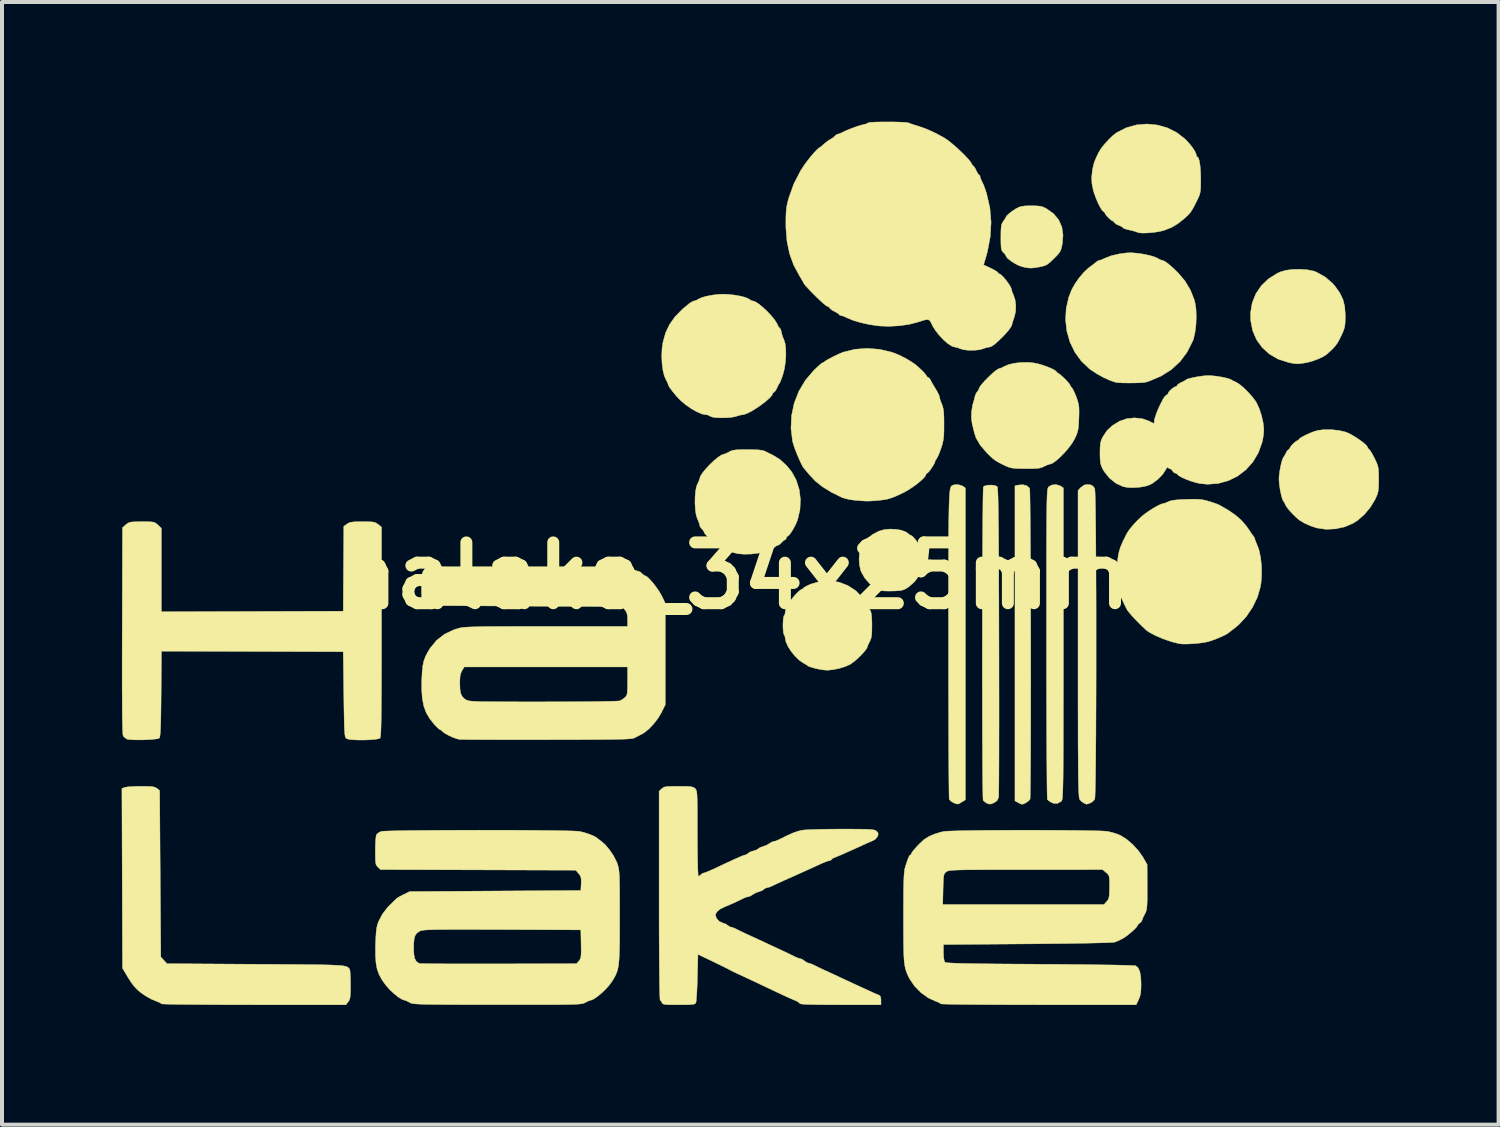
<source format=kicad_pcb>
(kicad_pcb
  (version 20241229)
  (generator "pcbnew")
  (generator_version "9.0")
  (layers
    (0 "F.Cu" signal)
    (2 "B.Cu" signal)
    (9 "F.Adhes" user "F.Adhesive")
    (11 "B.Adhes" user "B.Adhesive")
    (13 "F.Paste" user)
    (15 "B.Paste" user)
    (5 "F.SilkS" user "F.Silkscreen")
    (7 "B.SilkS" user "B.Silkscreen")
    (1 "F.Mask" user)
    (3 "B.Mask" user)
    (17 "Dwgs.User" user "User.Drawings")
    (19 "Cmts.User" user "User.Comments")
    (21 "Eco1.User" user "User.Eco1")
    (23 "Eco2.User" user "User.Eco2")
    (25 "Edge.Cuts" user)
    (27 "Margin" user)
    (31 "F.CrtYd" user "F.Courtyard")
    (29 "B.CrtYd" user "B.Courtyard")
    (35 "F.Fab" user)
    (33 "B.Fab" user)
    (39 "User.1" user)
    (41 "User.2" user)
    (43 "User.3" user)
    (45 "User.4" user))
  (footprint "halake_34x25mm"
    (layer "F.Cu")
    (at 15.387 11.378)
    (property "Reference" "halake_34x25mm" (at 0 0 0) (layer "F.SilkS") (effects (font (size 1.524 1.524) (thickness 0.3))))
    (attr through_hole)
    (fp_poly (pts (xy 7.296 -2.255) (xy 7.359 -2.201) (xy 7.368 -2.183) (xy 7.371 -2.147) (xy 7.374 -2.059) (xy 7.376 -1.922) (xy 7.379 -1.741) (xy 7.381 -1.519) (xy 7.383 -1.261) (xy 7.385 -0.971) (xy 7.387 -0.651) (xy 7.389 -0.307) (xy 7.39 0.057) (xy 7.392 0.438) (xy 7.393 0.832) (xy 7.393 1.234) (xy 7.394 1.641) (xy 7.394 2.048) (xy 7.395 2.453) (xy 7.395 2.849) (xy 7.394 3.235) (xy 7.394 3.606) (xy 7.393 3.957) (xy 7.392 4.285) (xy 7.391 4.585) (xy 7.389 4.855) (xy 7.387 5.089) (xy 7.385 5.284) (xy 7.383 5.436) (xy 7.381 5.541) (xy 7.378 5.595) (xy 7.377 5.601) (xy 7.341 5.643) (xy 7.277 5.689) (xy 7.21 5.721) (xy 7.177 5.728) (xy 7.138 5.715) (xy 7.077 5.685) (xy 7.077 5.685) (xy 6.999 5.643) (xy 6.999 -2.253) (xy 7.084 -2.272) (xy 7.2 -2.28) (xy 7.296 -2.255)) (stroke (width 0.01) (type solid)) (fill yes) (layer "F.SilkS"))
    (fp_poly (pts (xy 4.015 -1.163) (xy 4.154 -1.139) (xy 4.264 -1.097) (xy 4.306 -1.069) (xy 4.354 -1.03) (xy 4.382 -1.016) (xy 4.423 -0.994) (xy 4.48 -0.936) (xy 4.543 -0.856) (xy 4.6 -0.768) (xy 4.632 -0.706) (xy 4.657 -0.614) (xy 4.673 -0.489) (xy 4.679 -0.352) (xy 4.673 -0.226) (xy 4.66 -0.153) (xy 4.592 0.004) (xy 4.48 0.154) (xy 4.336 0.28) (xy 4.33 0.284) (xy 4.259 0.329) (xy 4.195 0.357) (xy 4.12 0.373) (xy 4.016 0.381) (xy 3.955 0.383) (xy 3.834 0.385) (xy 3.728 0.382) (xy 3.654 0.375) (xy 3.641 0.372) (xy 3.495 0.305) (xy 3.355 0.196) (xy 3.235 0.058) (xy 3.149 -0.094) (xy 3.131 -0.141) (xy 3.103 -0.269) (xy 3.093 -0.408) (xy 3.101 -0.538) (xy 3.127 -0.633) (xy 3.165 -0.714) (xy 3.191 -0.769) (xy 3.286 -0.91) (xy 3.423 -1.029) (xy 3.588 -1.116) (xy 3.718 -1.154) (xy 3.864 -1.169) (xy 4.015 -1.163)) (stroke (width 0.01) (type solid)) (fill yes) (layer "F.SilkS"))
    (fp_poly (pts (xy 14.324 -7.667) (xy 14.481 -7.636) (xy 14.549 -7.612) (xy 14.775 -7.486) (xy 14.963 -7.322) (xy 15.024 -7.251) (xy 15.141 -7.086) (xy 15.219 -6.923) (xy 15.263 -6.746) (xy 15.278 -6.538) (xy 15.278 -6.459) (xy 15.273 -6.326) (xy 15.259 -6.226) (xy 15.231 -6.137) (xy 15.187 -6.036) (xy 15.127 -5.915) (xy 15.077 -5.827) (xy 15.025 -5.755) (xy 14.96 -5.684) (xy 14.868 -5.598) (xy 14.817 -5.552) (xy 14.734 -5.496) (xy 14.614 -5.438) (xy 14.476 -5.386) (xy 14.339 -5.347) (xy 14.28 -5.336) (xy 14.168 -5.318) (xy 14.088 -5.311) (xy 14.019 -5.314) (xy 13.937 -5.327) (xy 13.843 -5.348) (xy 13.593 -5.429) (xy 13.376 -5.555) (xy 13.195 -5.719) (xy 13.053 -5.916) (xy 12.956 -6.142) (xy 12.907 -6.392) (xy 12.903 -6.587) (xy 12.944 -6.835) (xy 13.035 -7.064) (xy 13.173 -7.267) (xy 13.354 -7.441) (xy 13.574 -7.579) (xy 13.651 -7.614) (xy 13.788 -7.654) (xy 13.959 -7.676) (xy 14.144 -7.68) (xy 14.324 -7.667)) (stroke (width 0.01) (type solid)) (fill yes) (layer "F.SilkS"))
    (fp_poly (pts (xy 5.589 -2.28) (xy 5.673 -2.254) (xy 5.695 -2.242) (xy 5.757 -2.198) (xy 5.757 5.617) (xy 5.666 5.673) (xy 5.601 5.711) (xy 5.56 5.724) (xy 5.515 5.713) (xy 5.458 5.689) (xy 5.392 5.649) (xy 5.353 5.605) (xy 5.352 5.603) (xy 5.35 5.569) (xy 5.348 5.483) (xy 5.346 5.346) (xy 5.344 5.163) (xy 5.342 4.937) (xy 5.341 4.671) (xy 5.339 4.368) (xy 5.338 4.031) (xy 5.337 3.665) (xy 5.336 3.271) (xy 5.335 2.855) (xy 5.334 2.418) (xy 5.334 1.964) (xy 5.334 1.717) (xy 5.334 1.169) (xy 5.334 0.674) (xy 5.334 0.231) (xy 5.335 -0.165) (xy 5.336 -0.516) (xy 5.337 -0.824) (xy 5.338 -1.093) (xy 5.34 -1.325) (xy 5.343 -1.522) (xy 5.346 -1.689) (xy 5.35 -1.828) (xy 5.355 -1.941) (xy 5.36 -2.031) (xy 5.367 -2.101) (xy 5.374 -2.154) (xy 5.382 -2.193) (xy 5.392 -2.221) (xy 5.402 -2.24) (xy 5.414 -2.253) (xy 5.428 -2.263) (xy 5.43 -2.264) (xy 5.499 -2.284) (xy 5.589 -2.28)) (stroke (width 0.01) (type solid)) (fill yes) (layer "F.SilkS"))
    (fp_poly (pts (xy 7.539 -9.269) (xy 7.631 -9.26) (xy 7.703 -9.241) (xy 7.772 -9.209) (xy 7.787 -9.2) (xy 7.967 -9.072) (xy 8.096 -8.917) (xy 8.175 -8.737) (xy 8.204 -8.532) (xy 8.186 -8.321) (xy 8.166 -8.221) (xy 8.143 -8.149) (xy 8.106 -8.088) (xy 8.046 -8.019) (xy 7.973 -7.946) (xy 7.883 -7.86) (xy 7.814 -7.805) (xy 7.749 -7.772) (xy 7.671 -7.75) (xy 7.613 -7.738) (xy 7.493 -7.718) (xy 7.406 -7.71) (xy 7.329 -7.714) (xy 7.239 -7.73) (xy 7.177 -7.745) (xy 7.091 -7.776) (xy 6.995 -7.825) (xy 6.902 -7.885) (xy 6.826 -7.944) (xy 6.781 -7.995) (xy 6.773 -8.016) (xy 6.755 -8.051) (xy 6.71 -8.1) (xy 6.682 -8.13) (xy 6.664 -8.166) (xy 6.653 -8.22) (xy 6.648 -8.304) (xy 6.646 -8.428) (xy 6.646 -8.48) (xy 6.647 -8.623) (xy 6.652 -8.721) (xy 6.662 -8.789) (xy 6.679 -8.838) (xy 6.706 -8.881) (xy 6.71 -8.886) (xy 6.751 -8.945) (xy 6.772 -8.983) (xy 6.773 -8.986) (xy 6.795 -9.022) (xy 6.852 -9.076) (xy 6.93 -9.136) (xy 7.016 -9.192) (xy 7.029 -9.2) (xy 7.1 -9.236) (xy 7.169 -9.257) (xy 7.256 -9.268) (xy 7.377 -9.271) (xy 7.408 -9.271) (xy 7.539 -9.269)) (stroke (width 0.01) (type solid)) (fill yes) (layer "F.SilkS"))
    (fp_poly (pts (xy 8.902 -2.276) (xy 8.959 -2.241) (xy 8.999 -2.182) (xy 9.003 -2.145) (xy 9.008 -2.056) (xy 9.012 -1.918) (xy 9.016 -1.736) (xy 9.019 -1.513) (xy 9.022 -1.254) (xy 9.025 -0.962) (xy 9.027 -0.642) (xy 9.029 -0.297) (xy 9.03 0.068) (xy 9.032 0.45) (xy 9.033 0.844) (xy 9.033 1.247) (xy 9.033 1.654) (xy 9.033 2.062) (xy 9.033 2.466) (xy 9.032 2.863) (xy 9.031 3.248) (xy 9.029 3.618) (xy 9.028 3.969) (xy 9.025 4.296) (xy 9.023 4.596) (xy 9.02 4.864) (xy 9.017 5.097) (xy 9.013 5.291) (xy 9.009 5.441) (xy 9.005 5.544) (xy 9 5.595) (xy 8.999 5.599) (xy 8.95 5.659) (xy 8.882 5.699) (xy 8.823 5.719) (xy 8.794 5.727) (xy 8.794 5.727) (xy 8.769 5.717) (xy 8.731 5.701) (xy 8.668 5.659) (xy 8.625 5.612) (xy 8.618 5.599) (xy 8.613 5.578) (xy 8.607 5.545) (xy 8.603 5.499) (xy 8.599 5.436) (xy 8.595 5.354) (xy 8.592 5.249) (xy 8.589 5.119) (xy 8.587 4.961) (xy 8.585 4.772) (xy 8.584 4.55) (xy 8.582 4.292) (xy 8.581 3.994) (xy 8.581 3.655) (xy 8.58 3.271) (xy 8.58 2.839) (xy 8.58 2.357) (xy 8.58 1.822) (xy 8.58 1.705) (xy 8.58 -2.137) (xy 8.649 -2.211) (xy 8.734 -2.272) (xy 8.811 -2.286) (xy 8.902 -2.276)) (stroke (width 0.01) (type solid)) (fill yes) (layer "F.SilkS"))
    (fp_poly (pts (xy 10.086 -8.079) (xy 10.245 -8.055) (xy 10.394 -8.021) (xy 10.516 -7.982) (xy 10.573 -7.955) (xy 10.64 -7.92) (xy 10.691 -7.903) (xy 10.695 -7.902) (xy 10.753 -7.88) (xy 10.846 -7.813) (xy 10.972 -7.702) (xy 11.088 -7.59) (xy 11.26 -7.387) (xy 11.398 -7.156) (xy 11.493 -6.914) (xy 11.515 -6.828) (xy 11.537 -6.669) (xy 11.543 -6.483) (xy 11.535 -6.288) (xy 11.512 -6.103) (xy 11.477 -5.946) (xy 11.456 -5.884) (xy 11.314 -5.604) (xy 11.136 -5.365) (xy 10.919 -5.166) (xy 10.661 -5.003) (xy 10.361 -4.876) (xy 10.287 -4.852) (xy 10.226 -4.842) (xy 10.124 -4.835) (xy 9.996 -4.831) (xy 9.857 -4.83) (xy 9.724 -4.831) (xy 9.612 -4.836) (xy 9.535 -4.844) (xy 9.525 -4.846) (xy 9.385 -4.893) (xy 9.222 -4.967) (xy 9.055 -5.058) (xy 8.903 -5.158) (xy 8.866 -5.185) (xy 8.663 -5.378) (xy 8.499 -5.604) (xy 8.378 -5.856) (xy 8.3 -6.127) (xy 8.268 -6.409) (xy 8.283 -6.694) (xy 8.346 -6.976) (xy 8.419 -7.163) (xy 8.502 -7.313) (xy 8.609 -7.465) (xy 8.726 -7.603) (xy 8.841 -7.711) (xy 8.868 -7.732) (xy 8.947 -7.789) (xy 9.012 -7.84) (xy 9.033 -7.859) (xy 9.084 -7.894) (xy 9.113 -7.902) (xy 9.158 -7.914) (xy 9.229 -7.945) (xy 9.251 -7.956) (xy 9.409 -8.018) (xy 9.611 -8.065) (xy 9.808 -8.091) (xy 9.934 -8.093) (xy 10.086 -8.079)) (stroke (width 0.01) (type solid)) (fill yes) (layer "F.SilkS"))
    (fp_poly (pts (xy 8.126 -2.256) (xy 8.15 -2.242) (xy 8.213 -2.198) (xy 8.213 1.705) (xy 8.213 2.253) (xy 8.213 2.748) (xy 8.212 3.191) (xy 8.212 3.587) (xy 8.211 3.938) (xy 8.211 4.246) (xy 8.21 4.514) (xy 8.208 4.745) (xy 8.207 4.942) (xy 8.205 5.108) (xy 8.202 5.245) (xy 8.199 5.357) (xy 8.196 5.445) (xy 8.192 5.514) (xy 8.188 5.564) (xy 8.183 5.601) (xy 8.177 5.625) (xy 8.171 5.641) (xy 8.165 5.65) (xy 8.163 5.651) (xy 8.069 5.706) (xy 7.97 5.706) (xy 7.917 5.685) (xy 7.853 5.645) (xy 7.812 5.609) (xy 7.812 5.608) (xy 7.809 5.576) (xy 7.807 5.491) (xy 7.804 5.356) (xy 7.802 5.174) (xy 7.8 4.95) (xy 7.798 4.684) (xy 7.796 4.383) (xy 7.794 4.047) (xy 7.793 3.681) (xy 7.792 3.288) (xy 7.791 2.872) (xy 7.79 2.434) (xy 7.79 1.98) (xy 7.79 1.7) (xy 7.79 1.155) (xy 7.79 0.664) (xy 7.79 0.223) (xy 7.79 -0.169) (xy 7.79 -0.517) (xy 7.791 -0.822) (xy 7.792 -1.087) (xy 7.793 -1.316) (xy 7.795 -1.511) (xy 7.797 -1.675) (xy 7.799 -1.811) (xy 7.802 -1.921) (xy 7.805 -2.009) (xy 7.809 -2.077) (xy 7.813 -2.128) (xy 7.818 -2.165) (xy 7.824 -2.191) (xy 7.83 -2.208) (xy 7.837 -2.22) (xy 7.845 -2.229) (xy 7.846 -2.23) (xy 7.926 -2.274) (xy 8.028 -2.284) (xy 8.126 -2.256)) (stroke (width 0.01) (type solid)) (fill yes) (layer "F.SilkS"))
    (fp_poly (pts (xy -14.755 5.279) (xy -14.653 5.283) (xy -14.584 5.293) (xy -14.537 5.309) (xy -14.502 5.331) (xy -14.436 5.385) (xy -14.422 7.47) (xy -14.407 9.555) (xy -14.33 9.639) (xy -14.252 9.723) (xy -12.027 9.737) (xy -11.616 9.739) (xy -11.258 9.742) (xy -10.949 9.744) (xy -10.685 9.747) (xy -10.462 9.749) (xy -10.277 9.753) (xy -10.126 9.757) (xy -10.005 9.763) (xy -9.911 9.769) (xy -9.839 9.777) (xy -9.786 9.787) (xy -9.748 9.798) (xy -9.722 9.811) (xy -9.703 9.827) (xy -9.687 9.845) (xy -9.674 9.864) (xy -9.666 9.901) (xy -9.659 9.984) (xy -9.654 10.099) (xy -9.652 10.235) (xy -9.652 10.248) (xy -9.653 10.399) (xy -9.657 10.505) (xy -9.665 10.577) (xy -9.679 10.626) (xy -9.7 10.665) (xy -9.71 10.678) (xy -9.769 10.753) (xy -12.081 10.753) (xy -12.437 10.752) (xy -12.776 10.752) (xy -13.094 10.75) (xy -13.387 10.748) (xy -13.651 10.746) (xy -13.882 10.744) (xy -14.075 10.741) (xy -14.226 10.738) (xy -14.331 10.734) (xy -14.386 10.731) (xy -14.393 10.729) (xy -14.418 10.707) (xy -14.479 10.679) (xy -14.513 10.667) (xy -14.644 10.612) (xy -14.788 10.531) (xy -14.923 10.437) (xy -15.003 10.367) (xy -15.072 10.293) (xy -15.14 10.205) (xy -15.215 10.091) (xy -15.282 9.979) (xy -15.367 9.835) (xy -15.382 5.333) (xy -15.309 5.305) (xy -15.253 5.294) (xy -15.154 5.285) (xy -15.028 5.279) (xy -14.903 5.278) (xy -14.755 5.279)) (stroke (width 0.01) (type solid)) (fill yes) (layer "F.SilkS"))
    (fp_poly (pts (xy 6.504 -2.259) (xy 6.553 -2.235) (xy 6.559 -2.221) (xy 6.563 -2.187) (xy 6.568 -2.13) (xy 6.572 -2.05) (xy 6.576 -1.942) (xy 6.579 -1.805) (xy 6.582 -1.636) (xy 6.584 -1.433) (xy 6.587 -1.192) (xy 6.589 -0.912) (xy 6.591 -0.591) (xy 6.593 -0.224) (xy 6.594 0.189) (xy 6.596 0.652) (xy 6.597 1.166) (xy 6.598 1.631) (xy 6.599 2.093) (xy 6.599 2.54) (xy 6.6 2.97) (xy 6.6 3.378) (xy 6.6 3.761) (xy 6.599 4.116) (xy 6.599 4.44) (xy 6.598 4.73) (xy 6.597 4.981) (xy 6.596 5.191) (xy 6.594 5.356) (xy 6.593 5.473) (xy 6.591 5.539) (xy 6.59 5.551) (xy 6.554 5.634) (xy 6.486 5.685) (xy 6.406 5.719) (xy 6.348 5.723) (xy 6.287 5.697) (xy 6.279 5.692) (xy 6.226 5.654) (xy 6.202 5.63) (xy 6.199 5.598) (xy 6.196 5.514) (xy 6.194 5.381) (xy 6.191 5.203) (xy 6.189 4.984) (xy 6.187 4.729) (xy 6.186 4.441) (xy 6.184 4.124) (xy 6.183 3.782) (xy 6.182 3.419) (xy 6.182 3.039) (xy 6.181 2.646) (xy 6.181 2.244) (xy 6.181 1.837) (xy 6.182 1.428) (xy 6.182 1.022) (xy 6.183 0.622) (xy 6.184 0.233) (xy 6.185 -0.142) (xy 6.187 -0.498) (xy 6.189 -0.832) (xy 6.191 -1.14) (xy 6.193 -1.417) (xy 6.195 -1.661) (xy 6.197 -1.866) (xy 6.2 -2.029) (xy 6.203 -2.147) (xy 6.206 -2.214) (xy 6.208 -2.23) (xy 6.253 -2.256) (xy 6.331 -2.27) (xy 6.422 -2.271) (xy 6.504 -2.259)) (stroke (width 0.01) (type solid)) (fill yes) (layer "F.SilkS"))
    (fp_poly (pts (xy 2.59 0.162) (xy 2.811 0.246) (xy 3.01 0.376) (xy 3.176 0.546) (xy 3.243 0.637) (xy 3.299 0.724) (xy 3.328 0.776) (xy 3.362 0.852) (xy 3.39 0.91) (xy 3.4 0.958) (xy 3.409 1.047) (xy 3.414 1.165) (xy 3.415 1.255) (xy 3.413 1.399) (xy 3.406 1.501) (xy 3.391 1.574) (xy 3.368 1.634) (xy 3.358 1.651) (xy 3.323 1.721) (xy 3.303 1.771) (xy 3.302 1.779) (xy 3.282 1.826) (xy 3.227 1.898) (xy 3.15 1.984) (xy 3.059 2.072) (xy 2.966 2.152) (xy 2.881 2.214) (xy 2.872 2.22) (xy 2.757 2.273) (xy 2.609 2.319) (xy 2.453 2.353) (xy 2.312 2.368) (xy 2.284 2.368) (xy 2.185 2.359) (xy 2.065 2.338) (xy 1.99 2.321) (xy 1.899 2.295) (xy 1.832 2.272) (xy 1.806 2.257) (xy 1.774 2.233) (xy 1.712 2.196) (xy 1.695 2.188) (xy 1.591 2.116) (xy 1.486 2.013) (xy 1.388 1.893) (xy 1.309 1.767) (xy 1.257 1.65) (xy 1.242 1.569) (xy 1.231 1.509) (xy 1.214 1.482) (xy 1.2 1.447) (xy 1.19 1.371) (xy 1.186 1.268) (xy 1.185 1.242) (xy 1.189 1.135) (xy 1.198 1.051) (xy 1.21 1.005) (xy 1.214 1.002) (xy 1.235 0.963) (xy 1.242 0.911) (xy 1.256 0.843) (xy 1.292 0.756) (xy 1.315 0.713) (xy 1.372 0.628) (xy 1.444 0.537) (xy 1.52 0.451) (xy 1.59 0.383) (xy 1.644 0.344) (xy 1.66 0.339) (xy 1.691 0.322) (xy 1.693 0.313) (xy 1.718 0.291) (xy 1.781 0.256) (xy 1.871 0.215) (xy 1.884 0.21) (xy 2.118 0.142) (xy 2.357 0.127) (xy 2.59 0.162)) (stroke (width 0.01) (type solid)) (fill yes) (layer "F.SilkS"))
    (fp_poly (pts (xy 14.933 -3.66) (xy 15.124 -3.639) (xy 15.288 -3.6) (xy 15.368 -3.567) (xy 15.467 -3.513) (xy 15.573 -3.447) (xy 15.674 -3.377) (xy 15.758 -3.311) (xy 15.815 -3.257) (xy 15.832 -3.226) (xy 15.854 -3.183) (xy 15.872 -3.169) (xy 15.902 -3.135) (xy 15.947 -3.062) (xy 15.999 -2.966) (xy 16.013 -2.938) (xy 16.058 -2.843) (xy 16.087 -2.768) (xy 16.104 -2.695) (xy 16.112 -2.609) (xy 16.115 -2.491) (xy 16.115 -2.413) (xy 16.114 -2.272) (xy 16.109 -2.172) (xy 16.097 -2.094) (xy 16.075 -2.023) (xy 16.039 -1.943) (xy 16.019 -1.9) (xy 15.904 -1.712) (xy 15.756 -1.535) (xy 15.588 -1.388) (xy 15.479 -1.317) (xy 15.266 -1.225) (xy 15.03 -1.174) (xy 14.791 -1.163) (xy 14.565 -1.197) (xy 14.555 -1.199) (xy 14.401 -1.251) (xy 14.254 -1.317) (xy 14.135 -1.388) (xy 14.116 -1.402) (xy 14.038 -1.47) (xy 13.954 -1.552) (xy 13.876 -1.638) (xy 13.814 -1.716) (xy 13.778 -1.773) (xy 13.772 -1.79) (xy 13.755 -1.829) (xy 13.728 -1.865) (xy 13.704 -1.913) (xy 13.678 -2.002) (xy 13.652 -2.116) (xy 13.643 -2.171) (xy 13.623 -2.306) (xy 13.616 -2.411) (xy 13.62 -2.511) (xy 13.637 -2.629) (xy 13.644 -2.672) (xy 13.667 -2.787) (xy 13.693 -2.885) (xy 13.717 -2.949) (xy 13.724 -2.96) (xy 13.763 -3.02) (xy 13.795 -3.083) (xy 13.827 -3.138) (xy 13.857 -3.161) (xy 13.884 -3.183) (xy 13.885 -3.191) (xy 13.905 -3.231) (xy 13.953 -3.288) (xy 14.011 -3.343) (xy 14.062 -3.38) (xy 14.081 -3.387) (xy 14.11 -3.404) (xy 14.111 -3.411) (xy 14.135 -3.44) (xy 14.2 -3.481) (xy 14.291 -3.528) (xy 14.395 -3.575) (xy 14.499 -3.615) (xy 14.587 -3.641) (xy 14.746 -3.661) (xy 14.933 -3.66)) (stroke (width 0.01) (type solid)) (fill yes) (layer "F.SilkS"))
    (fp_poly (pts (xy 10.567 -11.295) (xy 10.819 -11.224) (xy 11.054 -11.106) (xy 11.262 -10.945) (xy 11.271 -10.935) (xy 11.366 -10.834) (xy 11.449 -10.73) (xy 11.51 -10.635) (xy 11.541 -10.563) (xy 11.543 -10.547) (xy 11.554 -10.506) (xy 11.567 -10.499) (xy 11.596 -10.472) (xy 11.62 -10.395) (xy 11.639 -10.276) (xy 11.651 -10.122) (xy 11.656 -9.939) (xy 11.656 -9.939) (xy 11.655 -9.791) (xy 11.651 -9.686) (xy 11.641 -9.607) (xy 11.623 -9.54) (xy 11.594 -9.47) (xy 11.57 -9.42) (xy 11.503 -9.284) (xy 11.45 -9.187) (xy 11.403 -9.114) (xy 11.352 -9.053) (xy 11.288 -8.992) (xy 11.238 -8.947) (xy 11.075 -8.818) (xy 10.919 -8.726) (xy 10.746 -8.659) (xy 10.696 -8.644) (xy 10.588 -8.62) (xy 10.461 -8.602) (xy 10.33 -8.591) (xy 10.212 -8.587) (xy 10.12 -8.592) (xy 10.075 -8.604) (xy 10.025 -8.624) (xy 9.941 -8.647) (xy 9.871 -8.663) (xy 9.784 -8.685) (xy 9.725 -8.706) (xy 9.708 -8.72) (xy 9.684 -8.744) (xy 9.625 -8.772) (xy 9.608 -8.778) (xy 9.538 -8.809) (xy 9.495 -8.845) (xy 9.492 -8.851) (xy 9.463 -8.886) (xy 9.449 -8.89) (xy 9.412 -8.909) (xy 9.357 -8.956) (xy 9.302 -9.013) (xy 9.264 -9.063) (xy 9.257 -9.082) (xy 9.234 -9.116) (xy 9.217 -9.125) (xy 9.181 -9.161) (xy 9.134 -9.237) (xy 9.081 -9.341) (xy 9.03 -9.461) (xy 8.986 -9.582) (xy 8.961 -9.665) (xy 8.928 -9.83) (xy 8.921 -9.982) (xy 8.939 -10.148) (xy 8.946 -10.191) (xy 8.964 -10.277) (xy 8.983 -10.349) (xy 9.012 -10.424) (xy 9.055 -10.52) (xy 9.098 -10.61) (xy 9.157 -10.705) (xy 9.246 -10.818) (xy 9.352 -10.933) (xy 9.46 -11.036) (xy 9.553 -11.107) (xy 9.79 -11.227) (xy 10.043 -11.298) (xy 10.305 -11.32) (xy 10.567 -11.295)) (stroke (width 0.01) (type solid)) (fill yes) (layer "F.SilkS"))
    (fp_poly (pts (xy 0.453 -3.159) (xy 0.568 -3.154) (xy 0.651 -3.144) (xy 0.714 -3.128) (xy 0.758 -3.108) (xy 0.844 -3.064) (xy 0.922 -3.027) (xy 0.931 -3.022) (xy 1.108 -2.914) (xy 1.277 -2.759) (xy 1.4 -2.609) (xy 1.516 -2.4) (xy 1.591 -2.164) (xy 1.623 -1.912) (xy 1.611 -1.657) (xy 1.554 -1.411) (xy 1.544 -1.383) (xy 1.501 -1.28) (xy 1.446 -1.177) (xy 1.39 -1.085) (xy 1.338 -1.018) (xy 1.301 -0.988) (xy 1.297 -0.988) (xy 1.273 -0.965) (xy 1.27 -0.945) (xy 1.255 -0.908) (xy 1.242 -0.903) (xy 1.205 -0.884) (xy 1.155 -0.836) (xy 1.152 -0.833) (xy 1.101 -0.784) (xy 1.06 -0.762) (xy 1.059 -0.762) (xy 1.015 -0.745) (xy 0.972 -0.713) (xy 0.872 -0.651) (xy 0.732 -0.601) (xy 0.564 -0.565) (xy 0.385 -0.543) (xy 0.208 -0.539) (xy 0.047 -0.553) (xy -0.082 -0.587) (xy -0.099 -0.594) (xy -0.175 -0.627) (xy -0.233 -0.646) (xy -0.246 -0.648) (xy -0.297 -0.667) (xy -0.375 -0.714) (xy -0.47 -0.781) (xy -0.568 -0.858) (xy -0.661 -0.938) (xy -0.735 -1.01) (xy -0.781 -1.066) (xy -0.79 -1.089) (xy -0.809 -1.13) (xy -0.847 -1.171) (xy -0.89 -1.226) (xy -0.904 -1.267) (xy -0.916 -1.32) (xy -0.946 -1.396) (xy -0.96 -1.425) (xy -0.991 -1.525) (xy -1.011 -1.662) (xy -1.02 -1.818) (xy -1.017 -1.979) (xy -1.004 -2.126) (xy -0.979 -2.244) (xy -0.96 -2.293) (xy -0.924 -2.367) (xy -0.905 -2.422) (xy -0.903 -2.433) (xy -0.882 -2.496) (xy -0.825 -2.584) (xy -0.743 -2.684) (xy -0.644 -2.789) (xy -0.54 -2.888) (xy -0.439 -2.97) (xy -0.352 -3.027) (xy -0.288 -3.048) (xy -0.244 -3.062) (xy -0.178 -3.096) (xy -0.163 -3.104) (xy -0.117 -3.128) (xy -0.062 -3.144) (xy 0.011 -3.154) (xy 0.116 -3.159) (xy 0.264 -3.161) (xy 0.292 -3.161) (xy 0.453 -3.159)) (stroke (width 0.01) (type solid)) (fill yes) (layer "F.SilkS"))
    (fp_poly (pts (xy 7.468 -5.333) (xy 7.577 -5.311) (xy 7.697 -5.276) (xy 7.815 -5.234) (xy 7.92 -5.19) (xy 7.999 -5.148) (xy 8.04 -5.114) (xy 8.043 -5.105) (xy 8.065 -5.081) (xy 8.073 -5.08) (xy 8.107 -5.061) (xy 8.165 -5.012) (xy 8.235 -4.947) (xy 8.303 -4.877) (xy 8.356 -4.817) (xy 8.381 -4.778) (xy 8.382 -4.774) (xy 8.401 -4.736) (xy 8.422 -4.715) (xy 8.45 -4.674) (xy 8.489 -4.594) (xy 8.531 -4.493) (xy 8.538 -4.474) (xy 8.572 -4.376) (xy 8.593 -4.294) (xy 8.604 -4.211) (xy 8.606 -4.109) (xy 8.603 -3.971) (xy 8.602 -3.946) (xy 8.595 -3.8) (xy 8.586 -3.694) (xy 8.569 -3.611) (xy 8.542 -3.533) (xy 8.502 -3.444) (xy 8.497 -3.433) (xy 8.434 -3.325) (xy 8.347 -3.207) (xy 8.246 -3.089) (xy 8.14 -2.979) (xy 8.037 -2.888) (xy 7.947 -2.823) (xy 7.878 -2.795) (xy 7.869 -2.794) (xy 7.822 -2.781) (xy 7.749 -2.75) (xy 7.726 -2.738) (xy 7.673 -2.713) (xy 7.614 -2.697) (xy 7.536 -2.688) (xy 7.428 -2.684) (xy 7.276 -2.683) (xy 7.26 -2.684) (xy 7.108 -2.685) (xy 6.999 -2.69) (xy 6.917 -2.7) (xy 6.851 -2.717) (xy 6.784 -2.743) (xy 6.731 -2.768) (xy 6.613 -2.827) (xy 6.527 -2.876) (xy 6.457 -2.926) (xy 6.383 -2.993) (xy 6.29 -3.085) (xy 6.13 -3.271) (xy 6.024 -3.453) (xy 5.981 -3.584) (xy 5.959 -3.676) (xy 5.933 -3.783) (xy 5.926 -3.81) (xy 5.907 -3.953) (xy 5.912 -4.119) (xy 5.939 -4.281) (xy 5.952 -4.324) (xy 5.978 -4.414) (xy 5.996 -4.492) (xy 6.023 -4.566) (xy 6.054 -4.61) (xy 6.088 -4.658) (xy 6.096 -4.683) (xy 6.116 -4.729) (xy 6.17 -4.801) (xy 6.247 -4.888) (xy 6.337 -4.979) (xy 6.429 -5.066) (xy 6.513 -5.137) (xy 6.58 -5.182) (xy 6.611 -5.193) (xy 6.658 -5.207) (xy 6.724 -5.24) (xy 6.731 -5.245) (xy 6.846 -5.293) (xy 6.998 -5.327) (xy 7.172 -5.345) (xy 7.35 -5.345) (xy 7.468 -5.333)) (stroke (width 0.01) (type solid)) (fill yes) (layer "F.SilkS"))
    (fp_poly (pts (xy 11.579 -1.916) (xy 11.675 -1.908) (xy 11.764 -1.891) (xy 11.86 -1.864) (xy 11.861 -1.864) (xy 11.968 -1.83) (xy 12.059 -1.798) (xy 12.115 -1.775) (xy 12.118 -1.773) (xy 12.346 -1.642) (xy 12.529 -1.516) (xy 12.675 -1.387) (xy 12.795 -1.249) (xy 12.859 -1.157) (xy 12.912 -1.078) (xy 12.957 -1.014) (xy 12.975 -0.993) (xy 13.006 -0.944) (xy 13.011 -0.922) (xy 13.023 -0.876) (xy 13.053 -0.809) (xy 13.055 -0.804) (xy 13.113 -0.653) (xy 13.154 -0.463) (xy 13.178 -0.249) (xy 13.182 -0.027) (xy 13.165 0.189) (xy 13.149 0.284) (xy 13.075 0.539) (xy 12.954 0.791) (xy 12.796 1.025) (xy 12.61 1.225) (xy 12.521 1.3) (xy 12.44 1.362) (xy 12.374 1.413) (xy 12.342 1.439) (xy 12.283 1.475) (xy 12.187 1.522) (xy 12.07 1.572) (xy 11.949 1.618) (xy 11.853 1.649) (xy 11.751 1.672) (xy 11.615 1.69) (xy 11.465 1.704) (xy 11.319 1.712) (xy 11.195 1.711) (xy 11.12 1.704) (xy 10.921 1.654) (xy 10.709 1.581) (xy 10.508 1.494) (xy 10.343 1.404) (xy 10.287 1.36) (xy 10.205 1.285) (xy 10.11 1.192) (xy 10.012 1.092) (xy 9.923 0.995) (xy 9.853 0.913) (xy 9.813 0.859) (xy 9.812 0.857) (xy 9.769 0.775) (xy 9.735 0.706) (xy 9.702 0.634) (xy 9.661 0.545) (xy 9.651 0.522) (xy 9.608 0.392) (xy 9.577 0.223) (xy 9.559 0.03) (xy 9.555 -0.172) (xy 9.568 -0.366) (xy 9.569 -0.374) (xy 9.588 -0.506) (xy 9.613 -0.62) (xy 9.649 -0.731) (xy 9.702 -0.854) (xy 9.777 -1.006) (xy 9.81 -1.069) (xy 9.869 -1.158) (xy 9.958 -1.266) (xy 10.064 -1.38) (xy 10.174 -1.484) (xy 10.254 -1.55) (xy 10.365 -1.627) (xy 10.479 -1.699) (xy 10.583 -1.757) (xy 10.665 -1.795) (xy 10.707 -1.806) (xy 10.755 -1.818) (xy 10.826 -1.848) (xy 10.84 -1.855) (xy 10.905 -1.878) (xy 10.999 -1.895) (xy 11.13 -1.907) (xy 11.297 -1.914) (xy 11.458 -1.918) (xy 11.579 -1.916)) (stroke (width 0.01) (type solid)) (fill yes) (layer "F.SilkS"))
    (fp_poly (pts (xy -0.172 -7.049) (xy -0.025 -7.033) (xy 0.114 -7.008) (xy 0.231 -6.978) (xy 0.313 -6.946) (xy 0.335 -6.932) (xy 0.393 -6.896) (xy 0.43 -6.886) (xy 0.493 -6.865) (xy 0.581 -6.809) (xy 0.682 -6.726) (xy 0.788 -6.626) (xy 0.888 -6.52) (xy 0.973 -6.416) (xy 1.033 -6.323) (xy 1.05 -6.287) (xy 1.077 -6.231) (xy 1.102 -6.209) (xy 1.122 -6.184) (xy 1.142 -6.123) (xy 1.145 -6.103) (xy 1.171 -6.006) (xy 1.208 -5.916) (xy 1.209 -5.913) (xy 1.24 -5.816) (xy 1.256 -5.68) (xy 1.258 -5.52) (xy 1.246 -5.35) (xy 1.221 -5.185) (xy 1.187 -5.052) (xy 1.153 -4.95) (xy 1.122 -4.871) (xy 1.102 -4.829) (xy 1.099 -4.826) (xy 1.076 -4.793) (xy 1.044 -4.728) (xy 1.035 -4.706) (xy 1 -4.64) (xy 0.969 -4.603) (xy 0.961 -4.6) (xy 0.933 -4.579) (xy 0.931 -4.57) (xy 0.908 -4.519) (xy 0.845 -4.45) (xy 0.753 -4.368) (xy 0.641 -4.283) (xy 0.521 -4.2) (xy 0.401 -4.126) (xy 0.294 -4.071) (xy 0.208 -4.039) (xy 0.177 -4.035) (xy 0.12 -4.026) (xy 0.038 -4.003) (xy 0.014 -3.994) (xy -0.078 -3.974) (xy -0.205 -3.961) (xy -0.346 -3.956) (xy -0.481 -3.961) (xy -0.564 -3.971) (xy -0.629 -3.991) (xy -0.662 -4.01) (xy -0.709 -4.031) (xy -0.754 -4.036) (xy -0.851 -4.055) (xy -0.974 -4.108) (xy -1.111 -4.186) (xy -1.248 -4.281) (xy -1.375 -4.387) (xy -1.468 -4.482) (xy -1.579 -4.616) (xy -1.652 -4.713) (xy -1.688 -4.776) (xy -1.693 -4.796) (xy -1.708 -4.841) (xy -1.741 -4.9) (xy -1.788 -5.007) (xy -1.824 -5.154) (xy -1.846 -5.328) (xy -1.853 -5.515) (xy -1.845 -5.699) (xy -1.823 -5.848) (xy -1.757 -6.085) (xy -1.658 -6.295) (xy -1.521 -6.489) (xy -1.339 -6.675) (xy -1.161 -6.823) (xy -1.096 -6.865) (xy -1.044 -6.886) (xy -1.039 -6.886) (xy -0.988 -6.901) (xy -0.936 -6.931) (xy -0.856 -6.969) (xy -0.737 -7.003) (xy -0.593 -7.031) (xy -0.442 -7.05) (xy -0.31 -7.056) (xy -0.172 -7.049)) (stroke (width 0.01) (type solid)) (fill yes) (layer "F.SilkS"))
    (fp_poly (pts (xy -9.213 -1.353) (xy -9.119 -1.349) (xy -9.055 -1.339) (xy -9.009 -1.32) (xy -8.967 -1.291) (xy -8.961 -1.287) (xy -8.876 -1.219) (xy -8.876 1.407) (xy -8.876 1.866) (xy -8.876 2.272) (xy -8.877 2.628) (xy -8.878 2.936) (xy -8.88 3.199) (xy -8.882 3.422) (xy -8.884 3.605) (xy -8.887 3.754) (xy -8.891 3.87) (xy -8.895 3.956) (xy -8.9 4.016) (xy -8.906 4.053) (xy -8.912 4.07) (xy -8.912 4.07) (xy -8.959 4.088) (xy -9.048 4.103) (xy -9.167 4.112) (xy -9.303 4.118) (xy -9.441 4.118) (xy -9.569 4.113) (xy -9.673 4.104) (xy -9.739 4.088) (xy -9.751 4.082) (xy -9.765 4.069) (xy -9.777 4.051) (xy -9.787 4.021) (xy -9.795 3.975) (xy -9.801 3.907) (xy -9.806 3.81) (xy -9.81 3.681) (xy -9.813 3.513) (xy -9.817 3.301) (xy -9.82 3.039) (xy -9.821 2.973) (xy -9.835 1.905) (xy -12.113 1.898) (xy -14.391 1.891) (xy -14.399 2.962) (xy -14.402 3.251) (xy -14.405 3.488) (xy -14.409 3.678) (xy -14.414 3.825) (xy -14.42 3.933) (xy -14.427 4.007) (xy -14.435 4.052) (xy -14.444 4.07) (xy -14.486 4.085) (xy -14.572 4.097) (xy -14.687 4.107) (xy -14.819 4.113) (xy -14.955 4.115) (xy -15.081 4.113) (xy -15.184 4.107) (xy -15.252 4.096) (xy -15.259 4.093) (xy -15.322 4.048) (xy -15.351 4.01) (xy -15.357 3.978) (xy -15.362 3.902) (xy -15.366 3.783) (xy -15.37 3.617) (xy -15.373 3.404) (xy -15.374 3.143) (xy -15.376 2.831) (xy -15.376 2.468) (xy -15.376 2.052) (xy -15.375 1.582) (xy -15.374 1.375) (xy -15.367 -1.204) (xy -15.282 -1.279) (xy -15.242 -1.311) (xy -15.201 -1.332) (xy -15.148 -1.345) (xy -15.069 -1.351) (xy -14.951 -1.353) (xy -14.883 -1.354) (xy -14.746 -1.354) (xy -14.652 -1.35) (xy -14.59 -1.342) (xy -14.546 -1.325) (xy -14.508 -1.298) (xy -14.481 -1.273) (xy -14.393 -1.191) (xy -14.393 0.903) (xy -12.114 0.896) (xy -9.835 0.889) (xy -9.828 -0.175) (xy -9.821 -1.238) (xy -9.739 -1.297) (xy -9.695 -1.323) (xy -9.642 -1.34) (xy -9.568 -1.35) (xy -9.46 -1.354) (xy -9.351 -1.355) (xy -9.213 -1.353)) (stroke (width 0.01) (type solid)) (fill yes) (layer "F.SilkS"))
    (fp_poly (pts (xy 3.61 -5.673) (xy 3.916 -5.6) (xy 4.004 -5.569) (xy 4.127 -5.515) (xy 4.262 -5.445) (xy 4.391 -5.369) (xy 4.498 -5.297) (xy 4.544 -5.259) (xy 4.592 -5.215) (xy 4.657 -5.154) (xy 4.673 -5.14) (xy 4.733 -5.078) (xy 4.773 -5.024) (xy 4.778 -5.014) (xy 4.808 -4.974) (xy 4.826 -4.967) (xy 4.859 -4.944) (xy 4.884 -4.904) (xy 4.913 -4.846) (xy 4.962 -4.762) (xy 5.009 -4.685) (xy 5.06 -4.597) (xy 5.095 -4.523) (xy 5.107 -4.483) (xy 5.118 -4.43) (xy 5.146 -4.35) (xy 5.165 -4.304) (xy 5.189 -4.238) (xy 5.205 -4.166) (xy 5.215 -4.075) (xy 5.22 -3.953) (xy 5.221 -3.794) (xy 5.22 -3.63) (xy 5.215 -3.506) (xy 5.204 -3.408) (xy 5.185 -3.319) (xy 5.157 -3.223) (xy 5.148 -3.197) (xy 5.109 -3.088) (xy 5.071 -2.997) (xy 5.04 -2.94) (xy 5.035 -2.933) (xy 5.002 -2.882) (xy 4.995 -2.857) (xy 4.98 -2.814) (xy 4.942 -2.749) (xy 4.893 -2.675) (xy 4.844 -2.611) (xy 4.806 -2.573) (xy 4.796 -2.568) (xy 4.771 -2.546) (xy 4.77 -2.536) (xy 4.747 -2.488) (xy 4.685 -2.421) (xy 4.594 -2.34) (xy 4.483 -2.255) (xy 4.362 -2.173) (xy 4.242 -2.101) (xy 4.177 -2.068) (xy 4.028 -1.999) (xy 3.911 -1.952) (xy 3.81 -1.921) (xy 3.708 -1.902) (xy 3.586 -1.888) (xy 3.584 -1.888) (xy 3.453 -1.877) (xy 3.353 -1.871) (xy 3.264 -1.871) (xy 3.166 -1.876) (xy 3.038 -1.886) (xy 2.992 -1.89) (xy 2.869 -1.907) (xy 2.752 -1.932) (xy 2.667 -1.96) (xy 2.398 -2.092) (xy 2.177 -2.228) (xy 1.997 -2.372) (xy 1.848 -2.53) (xy 1.848 -2.53) (xy 1.787 -2.604) (xy 1.74 -2.659) (xy 1.72 -2.681) (xy 1.688 -2.724) (xy 1.643 -2.808) (xy 1.592 -2.919) (xy 1.538 -3.044) (xy 1.489 -3.17) (xy 1.45 -3.284) (xy 1.425 -3.373) (xy 1.386 -3.693) (xy 1.401 -4.013) (xy 1.467 -4.325) (xy 1.583 -4.622) (xy 1.747 -4.897) (xy 1.955 -5.142) (xy 1.957 -5.144) (xy 2.042 -5.225) (xy 2.113 -5.29) (xy 2.161 -5.328) (xy 2.173 -5.334) (xy 2.212 -5.352) (xy 2.235 -5.371) (xy 2.277 -5.4) (xy 2.356 -5.444) (xy 2.454 -5.494) (xy 2.557 -5.544) (xy 2.648 -5.584) (xy 2.695 -5.603) (xy 2.988 -5.675) (xy 3.296 -5.698) (xy 3.61 -5.673)) (stroke (width 0.01) (type solid)) (fill yes) (layer "F.SilkS"))
    (fp_poly (pts (xy 11.937 -5.012) (xy 12.07 -4.997) (xy 12.082 -4.995) (xy 12.203 -4.975) (xy 12.308 -4.951) (xy 12.381 -4.929) (xy 12.396 -4.923) (xy 12.467 -4.884) (xy 12.551 -4.844) (xy 12.552 -4.843) (xy 12.636 -4.79) (xy 12.738 -4.703) (xy 12.847 -4.595) (xy 12.948 -4.481) (xy 13.03 -4.373) (xy 13.052 -4.337) (xy 13.12 -4.191) (xy 13.179 -4.013) (xy 13.219 -3.83) (xy 13.236 -3.666) (xy 13.236 -3.656) (xy 13.229 -3.544) (xy 13.209 -3.415) (xy 13.193 -3.343) (xy 13.099 -3.081) (xy 12.961 -2.85) (xy 12.786 -2.654) (xy 12.579 -2.496) (xy 12.346 -2.381) (xy 12.093 -2.312) (xy 11.825 -2.292) (xy 11.642 -2.309) (xy 11.532 -2.333) (xy 11.411 -2.37) (xy 11.29 -2.415) (xy 11.184 -2.462) (xy 11.106 -2.507) (xy 11.068 -2.543) (xy 11.068 -2.544) (xy 11.035 -2.566) (xy 11.019 -2.568) (xy 10.976 -2.591) (xy 10.95 -2.625) (xy 10.911 -2.67) (xy 10.881 -2.681) (xy 10.838 -2.701) (xy 10.831 -2.714) (xy 10.814 -2.713) (xy 10.784 -2.671) (xy 10.774 -2.651) (xy 10.699 -2.537) (xy 10.587 -2.422) (xy 10.455 -2.322) (xy 10.388 -2.283) (xy 10.278 -2.245) (xy 10.134 -2.219) (xy 9.977 -2.207) (xy 9.829 -2.211) (xy 9.712 -2.232) (xy 9.529 -2.316) (xy 9.366 -2.448) (xy 9.232 -2.617) (xy 9.196 -2.681) (xy 9.163 -2.753) (xy 9.143 -2.826) (xy 9.133 -2.919) (xy 9.13 -3.047) (xy 9.13 -3.076) (xy 9.132 -3.21) (xy 9.14 -3.305) (xy 9.157 -3.38) (xy 9.187 -3.451) (xy 9.205 -3.485) (xy 9.305 -3.636) (xy 9.437 -3.76) (xy 9.614 -3.869) (xy 9.621 -3.872) (xy 9.8 -3.935) (xy 9.996 -3.956) (xy 10.191 -3.935) (xy 10.343 -3.882) (xy 10.485 -3.813) (xy 10.492 -3.889) (xy 10.509 -3.963) (xy 10.544 -4.066) (xy 10.59 -4.181) (xy 10.639 -4.286) (xy 10.648 -4.304) (xy 10.684 -4.373) (xy 10.716 -4.435) (xy 10.757 -4.495) (xy 10.796 -4.526) (xy 10.833 -4.557) (xy 10.837 -4.572) (xy 10.858 -4.612) (xy 10.908 -4.664) (xy 10.968 -4.712) (xy 11.019 -4.739) (xy 11.028 -4.74) (xy 11.061 -4.76) (xy 11.063 -4.771) (xy 11.087 -4.799) (xy 11.146 -4.834) (xy 11.169 -4.845) (xy 11.24 -4.879) (xy 11.286 -4.909) (xy 11.291 -4.915) (xy 11.324 -4.93) (xy 11.4 -4.951) (xy 11.506 -4.974) (xy 11.57 -4.986) (xy 11.713 -5.007) (xy 11.826 -5.016) (xy 11.937 -5.012)) (stroke (width 0.01) (type solid)) (fill yes) (layer "F.SilkS"))
    (fp_poly (pts (xy -5.237 -0.225) (xy -4.803 -0.225) (xy -4.421 -0.225) (xy -4.089 -0.224) (xy -3.802 -0.224) (xy -3.558 -0.223) (xy -3.351 -0.221) (xy -3.18 -0.219) (xy -3.039 -0.217) (xy -2.926 -0.214) (xy -2.837 -0.21) (xy -2.767 -0.205) (xy -2.715 -0.2) (xy -2.675 -0.193) (xy -2.645 -0.186) (xy -2.62 -0.177) (xy -2.6 -0.169) (xy -2.519 -0.135) (xy -2.455 -0.115) (xy -2.438 -0.113) (xy -2.391 -0.093) (xy -2.35 -0.056) (xy -2.302 -0.014) (xy -2.269 0) (xy -2.226 0.022) (xy -2.162 0.081) (xy -2.085 0.167) (xy -2.005 0.268) (xy -1.93 0.374) (xy -1.87 0.474) (xy -1.852 0.508) (xy -1.764 0.691) (xy -1.764 3.233) (xy -1.86 3.427) (xy -1.941 3.565) (xy -2.046 3.703) (xy -2.162 3.828) (xy -2.277 3.924) (xy -2.351 3.969) (xy -2.443 4.015) (xy -2.526 4.059) (xy -2.546 4.068) (xy -2.573 4.076) (xy -2.612 4.082) (xy -2.667 4.088) (xy -2.741 4.093) (xy -2.839 4.097) (xy -2.963 4.1) (xy -3.119 4.103) (xy -3.31 4.105) (xy -3.539 4.106) (xy -3.811 4.108) (xy -4.13 4.109) (xy -4.499 4.109) (xy -4.727 4.11) (xy -5.07 4.11) (xy -5.398 4.11) (xy -5.706 4.11) (xy -5.99 4.11) (xy -6.245 4.109) (xy -6.467 4.108) (xy -6.651 4.107) (xy -6.792 4.105) (xy -6.886 4.104) (xy -6.928 4.102) (xy -6.929 4.102) (xy -7.003 4.082) (xy -7.099 4.046) (xy -7.198 4) (xy -7.283 3.953) (xy -7.338 3.913) (xy -7.346 3.903) (xy -7.382 3.87) (xy -7.396 3.866) (xy -7.429 3.847) (xy -7.485 3.797) (xy -7.54 3.741) (xy -7.662 3.591) (xy -7.754 3.436) (xy -7.817 3.266) (xy -7.854 3.07) (xy -7.87 2.838) (xy -7.868 2.686) (xy -6.914 2.686) (xy -6.909 2.839) (xy -6.892 2.947) (xy -6.857 3.024) (xy -6.802 3.081) (xy -6.767 3.104) (xy -6.747 3.116) (xy -6.724 3.125) (xy -6.694 3.133) (xy -6.652 3.14) (xy -6.595 3.146) (xy -6.517 3.15) (xy -6.416 3.154) (xy -6.286 3.156) (xy -6.123 3.158) (xy -5.924 3.159) (xy -5.684 3.16) (xy -5.398 3.161) (xy -5.062 3.161) (xy -4.821 3.161) (xy -4.492 3.16) (xy -4.182 3.159) (xy -3.895 3.158) (xy -3.634 3.155) (xy -3.406 3.152) (xy -3.215 3.149) (xy -3.065 3.145) (xy -2.961 3.141) (xy -2.907 3.137) (xy -2.902 3.135) (xy -2.832 3.096) (xy -2.773 3.05) (xy -2.746 3.021) (xy -2.728 2.986) (xy -2.717 2.935) (xy -2.712 2.856) (xy -2.71 2.74) (xy -2.709 2.638) (xy -2.709 2.286) (xy -6.802 2.286) (xy -6.858 2.378) (xy -6.89 2.447) (xy -6.908 2.535) (xy -6.914 2.658) (xy -6.914 2.686) (xy -7.868 2.686) (xy -7.867 2.604) (xy -7.857 2.411) (xy -7.841 2.26) (xy -7.815 2.136) (xy -7.775 2.026) (xy -7.718 1.916) (xy -7.654 1.812) (xy -7.495 1.619) (xy -7.298 1.466) (xy -7.061 1.354) (xy -6.93 1.314) (xy -6.89 1.305) (xy -6.84 1.298) (xy -6.775 1.291) (xy -6.691 1.286) (xy -6.584 1.282) (xy -6.45 1.278) (xy -6.284 1.275) (xy -6.084 1.273) (xy -5.844 1.272) (xy -5.561 1.271) (xy -5.231 1.27) (xy -4.85 1.27) (xy -4.735 1.27) (xy -2.709 1.27) (xy -2.709 1.102) (xy -2.714 0.995) (xy -2.733 0.923) (xy -2.771 0.863) (xy -2.777 0.855) (xy -2.846 0.776) (xy -5.306 0.762) (xy -7.766 0.748) (xy -7.82 0.681) (xy -7.844 0.645) (xy -7.859 0.597) (xy -7.868 0.527) (xy -7.873 0.423) (xy -7.874 0.278) (xy -7.873 0.131) (xy -7.869 0.029) (xy -7.86 -0.041) (xy -7.844 -0.09) (xy -7.82 -0.132) (xy -7.812 -0.142) (xy -7.75 -0.226) (xy -5.237 -0.225)) (stroke (width 0.01) (type solid)) (fill yes) (layer "F.SilkS"))
    (fp_poly (pts (xy 3.969 -11.372) (xy 4.106 -11.368) (xy 4.221 -11.363) (xy 4.303 -11.355) (xy 4.34 -11.347) (xy 4.39 -11.326) (xy 4.477 -11.297) (xy 4.582 -11.265) (xy 4.588 -11.263) (xy 4.786 -11.193) (xy 5.009 -11.091) (xy 5.221 -10.977) (xy 5.311 -10.917) (xy 5.419 -10.831) (xy 5.536 -10.731) (xy 5.652 -10.623) (xy 5.758 -10.518) (xy 5.843 -10.425) (xy 5.899 -10.352) (xy 5.914 -10.322) (xy 5.938 -10.281) (xy 5.953 -10.273) (xy 5.976 -10.25) (xy 6.011 -10.191) (xy 6.025 -10.16) (xy 6.061 -10.091) (xy 6.092 -10.051) (xy 6.1 -10.047) (xy 6.122 -10.024) (xy 6.124 -10.006) (xy 6.137 -9.955) (xy 6.17 -9.883) (xy 6.176 -9.872) (xy 6.211 -9.797) (xy 6.251 -9.691) (xy 6.287 -9.581) (xy 6.37 -9.222) (xy 6.401 -8.861) (xy 6.38 -8.495) (xy 6.308 -8.116) (xy 6.254 -7.925) (xy 6.212 -7.792) (xy 6.394 -7.706) (xy 6.483 -7.66) (xy 6.548 -7.62) (xy 6.576 -7.593) (xy 6.576 -7.592) (xy 6.598 -7.566) (xy 6.611 -7.564) (xy 6.651 -7.542) (xy 6.709 -7.485) (xy 6.775 -7.407) (xy 6.838 -7.321) (xy 6.887 -7.241) (xy 6.913 -7.182) (xy 6.915 -7.17) (xy 6.927 -7.116) (xy 6.958 -7.045) (xy 6.96 -7.041) (xy 7.001 -6.921) (xy 7.02 -6.773) (xy 7.015 -6.621) (xy 6.985 -6.491) (xy 6.953 -6.397) (xy 6.928 -6.311) (xy 6.923 -6.287) (xy 6.895 -6.229) (xy 6.835 -6.145) (xy 6.749 -6.048) (xy 6.721 -6.018) (xy 6.595 -5.894) (xy 6.5 -5.809) (xy 6.427 -5.756) (xy 6.372 -5.732) (xy 6.348 -5.729) (xy 6.291 -5.719) (xy 6.214 -5.693) (xy 6.199 -5.687) (xy 6.099 -5.661) (xy 5.968 -5.649) (xy 5.83 -5.65) (xy 5.706 -5.665) (xy 5.63 -5.688) (xy 5.556 -5.716) (xy 5.498 -5.728) (xy 5.419 -5.752) (xy 5.321 -5.815) (xy 5.213 -5.907) (xy 5.107 -6.019) (xy 5.011 -6.14) (xy 4.935 -6.261) (xy 4.923 -6.287) (xy 4.889 -6.356) (xy 4.859 -6.399) (xy 4.822 -6.418) (xy 4.765 -6.415) (xy 4.677 -6.392) (xy 4.547 -6.35) (xy 4.544 -6.349) (xy 4.338 -6.297) (xy 4.1 -6.264) (xy 3.852 -6.25) (xy 3.615 -6.258) (xy 3.553 -6.264) (xy 3.335 -6.298) (xy 3.127 -6.344) (xy 2.944 -6.399) (xy 2.802 -6.458) (xy 2.79 -6.464) (xy 2.714 -6.499) (xy 2.653 -6.518) (xy 2.642 -6.519) (xy 2.602 -6.531) (xy 2.596 -6.543) (xy 2.573 -6.568) (xy 2.514 -6.603) (xy 2.485 -6.617) (xy 2.413 -6.657) (xy 2.366 -6.696) (xy 2.359 -6.706) (xy 2.324 -6.742) (xy 2.307 -6.745) (xy 2.271 -6.765) (xy 2.206 -6.817) (xy 2.121 -6.893) (xy 2.025 -6.984) (xy 1.927 -7.082) (xy 1.835 -7.176) (xy 1.76 -7.259) (xy 1.71 -7.322) (xy 1.693 -7.354) (xy 1.68 -7.382) (xy 1.644 -7.443) (xy 1.6 -7.514) (xy 1.454 -7.784) (xy 1.351 -8.068) (xy 1.287 -8.375) (xy 1.259 -8.715) (xy 1.258 -8.819) (xy 1.259 -8.991) (xy 1.265 -9.124) (xy 1.276 -9.233) (xy 1.296 -9.336) (xy 1.325 -9.449) (xy 1.333 -9.475) (xy 1.459 -9.824) (xy 1.63 -10.155) (xy 1.736 -10.315) (xy 1.808 -10.411) (xy 1.887 -10.51) (xy 1.965 -10.6) (xy 2.032 -10.672) (xy 2.079 -10.716) (xy 2.095 -10.724) (xy 2.123 -10.742) (xy 2.176 -10.786) (xy 2.203 -10.811) (xy 2.283 -10.877) (xy 2.365 -10.932) (xy 2.383 -10.942) (xy 2.449 -10.983) (xy 2.491 -11.023) (xy 2.492 -11.025) (xy 2.531 -11.059) (xy 2.548 -11.063) (xy 2.595 -11.076) (xy 2.663 -11.105) (xy 2.666 -11.107) (xy 2.78 -11.161) (xy 2.915 -11.215) (xy 3.048 -11.263) (xy 3.161 -11.297) (xy 3.196 -11.304) (xy 3.269 -11.323) (xy 3.314 -11.344) (xy 3.318 -11.349) (xy 3.351 -11.358) (xy 3.429 -11.365) (xy 3.541 -11.37) (xy 3.675 -11.372) (xy 3.822 -11.373) (xy 3.969 -11.372)) (stroke (width 0.01) (type solid)) (fill yes) (layer "F.SilkS"))
    (fp_poly (pts (xy 7.738 6.379) (xy 8.031 6.38) (xy 8.308 6.382) (xy 8.564 6.384) (xy 8.793 6.388) (xy 8.989 6.392) (xy 9.146 6.396) (xy 9.258 6.402) (xy 9.313 6.407) (xy 9.441 6.436) (xy 9.574 6.479) (xy 9.649 6.511) (xy 9.798 6.606) (xy 9.951 6.737) (xy 10.092 6.891) (xy 10.206 7.052) (xy 10.216 7.07) (xy 10.312 7.239) (xy 10.314 7.803) (xy 10.314 7.997) (xy 10.313 8.143) (xy 10.309 8.25) (xy 10.303 8.327) (xy 10.293 8.383) (xy 10.279 8.427) (xy 10.259 8.468) (xy 10.252 8.48) (xy 10.213 8.556) (xy 10.191 8.614) (xy 10.188 8.628) (xy 10.167 8.67) (xy 10.132 8.699) (xy 10.088 8.736) (xy 10.075 8.76) (xy 10.054 8.796) (xy 10 8.855) (xy 9.923 8.926) (xy 9.837 8.997) (xy 9.753 9.06) (xy 9.694 9.096) (xy 9.603 9.141) (xy 9.516 9.178) (xy 9.497 9.184) (xy 9.454 9.189) (xy 9.359 9.194) (xy 9.216 9.199) (xy 9.028 9.204) (xy 8.801 9.209) (xy 8.536 9.213) (xy 8.24 9.218) (xy 7.916 9.221) (xy 7.567 9.225) (xy 7.31 9.227) (xy 5.207 9.243) (xy 5.207 9.446) (xy 5.213 9.574) (xy 5.229 9.659) (xy 5.244 9.686) (xy 5.261 9.693) (xy 5.299 9.699) (xy 5.362 9.704) (xy 5.453 9.709) (xy 5.575 9.714) (xy 5.731 9.718) (xy 5.924 9.721) (xy 6.157 9.725) (xy 6.434 9.728) (xy 6.757 9.731) (xy 7.13 9.733) (xy 7.556 9.736) (xy 7.628 9.737) (xy 7.988 9.739) (xy 8.333 9.742) (xy 8.657 9.745) (xy 8.957 9.749) (xy 9.229 9.753) (xy 9.468 9.756) (xy 9.67 9.761) (xy 9.831 9.765) (xy 9.946 9.769) (xy 10.012 9.773) (xy 10.025 9.775) (xy 10.087 9.829) (xy 10.129 9.923) (xy 10.153 10.063) (xy 10.16 10.234) (xy 10.157 10.375) (xy 10.147 10.477) (xy 10.126 10.558) (xy 10.098 10.625) (xy 10.036 10.753) (xy 7.586 10.753) (xy 7.22 10.752) (xy 6.87 10.752) (xy 6.541 10.75) (xy 6.236 10.749) (xy 5.96 10.747) (xy 5.718 10.744) (xy 5.512 10.742) (xy 5.346 10.739) (xy 5.226 10.735) (xy 5.155 10.732) (xy 5.136 10.729) (xy 5.112 10.707) (xy 5.051 10.679) (xy 5.016 10.667) (xy 4.826 10.58) (xy 4.644 10.449) (xy 4.483 10.285) (xy 4.357 10.1) (xy 4.323 10.033) (xy 4.295 9.967) (xy 4.271 9.904) (xy 4.252 9.839) (xy 4.237 9.764) (xy 4.225 9.675) (xy 4.217 9.564) (xy 4.211 9.427) (xy 4.208 9.255) (xy 4.206 9.044) (xy 4.205 8.787) (xy 4.205 8.567) (xy 4.205 8.276) (xy 4.206 8.241) (xy 5.189 8.241) (xy 9.231 8.241) (xy 9.3 8.163) (xy 9.331 8.123) (xy 9.351 8.079) (xy 9.362 8.018) (xy 9.367 7.928) (xy 9.369 7.799) (xy 9.369 7.669) (xy 9.365 7.583) (xy 9.356 7.527) (xy 9.336 7.49) (xy 9.305 7.458) (xy 9.283 7.439) (xy 9.196 7.366) (xy 7.272 7.367) (xy 6.895 7.367) (xy 6.571 7.367) (xy 6.295 7.368) (xy 6.063 7.369) (xy 5.871 7.37) (xy 5.716 7.372) (xy 5.592 7.375) (xy 5.496 7.379) (xy 5.423 7.383) (xy 5.37 7.389) (xy 5.333 7.396) (xy 5.307 7.404) (xy 5.289 7.413) (xy 5.278 7.421) (xy 5.249 7.446) (xy 5.229 7.474) (xy 5.216 7.517) (xy 5.208 7.584) (xy 5.203 7.686) (xy 5.198 7.833) (xy 5.198 7.858) (xy 5.189 8.241) (xy 4.206 8.241) (xy 4.206 8.036) (xy 4.208 7.841) (xy 4.212 7.685) (xy 4.216 7.563) (xy 4.222 7.469) (xy 4.23 7.397) (xy 4.239 7.341) (xy 4.25 7.301) (xy 4.295 7.161) (xy 4.328 7.069) (xy 4.354 7.018) (xy 4.375 6.999) (xy 4.378 6.999) (xy 4.401 6.977) (xy 4.403 6.963) (xy 4.422 6.928) (xy 4.471 6.865) (xy 4.54 6.788) (xy 4.619 6.707) (xy 4.697 6.634) (xy 4.729 6.606) (xy 4.837 6.538) (xy 4.981 6.475) (xy 5.14 6.426) (xy 5.223 6.409) (xy 5.289 6.403) (xy 5.406 6.398) (xy 5.566 6.393) (xy 5.766 6.389) (xy 5.998 6.385) (xy 6.256 6.382) (xy 6.535 6.38) (xy 6.829 6.379) (xy 7.131 6.378) (xy 7.436 6.378) (xy 7.738 6.379)) (stroke (width 0.01) (type solid)) (fill yes) (layer "F.SilkS"))
    (fp_poly (pts (xy -6.095 6.378) (xy -5.772 6.378) (xy -5.458 6.379) (xy -5.16 6.381) (xy -4.881 6.384) (xy -4.628 6.386) (xy -4.405 6.39) (xy -4.217 6.394) (xy -4.069 6.398) (xy -3.967 6.403) (xy -3.923 6.407) (xy -3.813 6.431) (xy -3.695 6.468) (xy -3.586 6.51) (xy -3.504 6.552) (xy -3.471 6.577) (xy -3.441 6.602) (xy -3.383 6.644) (xy -3.366 6.656) (xy -3.263 6.748) (xy -3.157 6.876) (xy -3.06 7.021) (xy -2.986 7.166) (xy -2.965 7.219) (xy -2.951 7.265) (xy -2.939 7.312) (xy -2.929 7.365) (xy -2.922 7.431) (xy -2.916 7.515) (xy -2.912 7.624) (xy -2.91 7.764) (xy -2.908 7.939) (xy -2.907 8.157) (xy -2.907 8.423) (xy -2.907 8.543) (xy -2.907 8.851) (xy -2.908 9.108) (xy -2.911 9.321) (xy -2.916 9.495) (xy -2.924 9.636) (xy -2.935 9.75) (xy -2.951 9.843) (xy -2.973 9.922) (xy -3 9.991) (xy -3.033 10.057) (xy -3.074 10.126) (xy -3.104 10.173) (xy -3.176 10.271) (xy -3.269 10.373) (xy -3.372 10.47) (xy -3.474 10.553) (xy -3.564 10.613) (xy -3.631 10.639) (xy -3.639 10.64) (xy -3.68 10.653) (xy -3.746 10.685) (xy -3.768 10.696) (xy -3.788 10.707) (xy -3.811 10.716) (xy -3.84 10.724) (xy -3.88 10.73) (xy -3.935 10.736) (xy -4.008 10.74) (xy -4.103 10.744) (xy -4.225 10.747) (xy -4.378 10.749) (xy -4.564 10.75) (xy -4.789 10.751) (xy -5.056 10.751) (xy -5.369 10.751) (xy -5.733 10.751) (xy -5.977 10.751) (xy -6.373 10.75) (xy -6.716 10.75) (xy -7.011 10.749) (xy -7.262 10.748) (xy -7.471 10.746) (xy -7.644 10.744) (xy -7.783 10.742) (xy -7.894 10.738) (xy -7.979 10.734) (xy -8.044 10.729) (xy -8.091 10.723) (xy -8.124 10.716) (xy -8.149 10.708) (xy -8.167 10.698) (xy -8.17 10.696) (xy -8.237 10.66) (xy -8.288 10.642) (xy -8.291 10.642) (xy -8.361 10.618) (xy -8.454 10.56) (xy -8.56 10.476) (xy -8.667 10.376) (xy -8.762 10.269) (xy -8.785 10.24) (xy -8.875 10.111) (xy -8.941 9.985) (xy -8.987 9.853) (xy -9.014 9.703) (xy -9.027 9.522) (xy -9.027 9.336) (xy -8.071 9.336) (xy -8.064 9.488) (xy -8.043 9.595) (xy -8.005 9.665) (xy -7.945 9.709) (xy -7.929 9.716) (xy -7.895 9.719) (xy -7.809 9.721) (xy -7.675 9.723) (xy -7.499 9.725) (xy -7.286 9.727) (xy -7.039 9.728) (xy -6.764 9.728) (xy -6.465 9.728) (xy -6.148 9.728) (xy -5.937 9.728) (xy -3.986 9.723) (xy -3.927 9.652) (xy -3.902 9.618) (xy -3.885 9.578) (xy -3.876 9.521) (xy -3.872 9.436) (xy -3.873 9.312) (xy -3.874 9.229) (xy -3.881 8.876) (xy -5.856 8.868) (xy -6.24 8.867) (xy -6.572 8.866) (xy -6.855 8.866) (xy -7.094 8.866) (xy -7.292 8.867) (xy -7.455 8.868) (xy -7.585 8.871) (xy -7.687 8.874) (xy -7.765 8.878) (xy -7.823 8.884) (xy -7.865 8.89) (xy -7.895 8.898) (xy -7.917 8.907) (xy -7.921 8.909) (xy -7.987 8.954) (xy -8.032 9.014) (xy -8.057 9.098) (xy -8.069 9.219) (xy -8.071 9.336) (xy -9.027 9.336) (xy -9.027 9.301) (xy -9.025 9.227) (xy -9.018 9.054) (xy -9.009 8.924) (xy -8.996 8.825) (xy -8.978 8.745) (xy -8.952 8.671) (xy -8.949 8.664) (xy -8.853 8.481) (xy -8.716 8.303) (xy -8.53 8.12) (xy -8.479 8.076) (xy -8.437 8.05) (xy -8.364 8.011) (xy -8.309 7.983) (xy -8.17 7.916) (xy -6.025 7.902) (xy -3.881 7.888) (xy -3.872 7.718) (xy -3.871 7.615) (xy -3.882 7.548) (xy -3.911 7.494) (xy -3.936 7.464) (xy -4.007 7.38) (xy -8.901 7.365) (xy -8.966 7.304) (xy -8.993 7.275) (xy -9.012 7.241) (xy -9.023 7.191) (xy -9.029 7.114) (xy -9.031 6.999) (xy -9.031 6.894) (xy -9.029 6.754) (xy -9.023 6.633) (xy -9.014 6.541) (xy -9.004 6.493) (xy -9.003 6.492) (xy -8.958 6.447) (xy -8.888 6.41) (xy -8.886 6.409) (xy -8.843 6.404) (xy -8.748 6.399) (xy -8.606 6.395) (xy -8.424 6.391) (xy -8.205 6.387) (xy -7.956 6.384) (xy -7.681 6.382) (xy -7.385 6.38) (xy -7.073 6.379) (xy -6.751 6.378) (xy -6.423 6.377) (xy -6.095 6.378)) (stroke (width 0.01) (type solid)) (fill yes) (layer "F.SilkS"))
    (fp_poly (pts (xy -1.28 5.278) (xy -1.175 5.282) (xy -1.105 5.29) (xy -1.06 5.303) (xy -1.028 5.323) (xy -1.016 5.334) (xy -1.002 5.35) (xy -0.99 5.372) (xy -0.98 5.403) (xy -0.973 5.45) (xy -0.968 5.519) (xy -0.964 5.615) (xy -0.962 5.743) (xy -0.96 5.909) (xy -0.96 6.12) (xy -0.96 6.379) (xy -0.96 6.463) (xy -0.959 6.706) (xy -0.957 6.929) (xy -0.954 7.127) (xy -0.951 7.292) (xy -0.946 7.419) (xy -0.941 7.502) (xy -0.935 7.535) (xy -0.935 7.535) (xy -0.898 7.516) (xy -0.875 7.493) (xy -0.828 7.457) (xy -0.802 7.451) (xy -0.762 7.439) (xy -0.684 7.408) (xy -0.58 7.363) (xy -0.502 7.327) (xy -0.284 7.224) (xy -0.111 7.144) (xy 0.021 7.084) (xy 0.118 7.041) (xy 0.183 7.015) (xy 0.223 7.002) (xy 0.239 6.999) (xy 0.286 6.979) (xy 0.31 6.958) (xy 0.36 6.924) (xy 0.436 6.899) (xy 0.439 6.898) (xy 0.514 6.875) (xy 0.564 6.844) (xy 0.565 6.843) (xy 0.614 6.81) (xy 0.686 6.786) (xy 0.774 6.754) (xy 0.843 6.713) (xy 0.905 6.675) (xy 0.952 6.66) (xy 1.003 6.648) (xy 1.077 6.618) (xy 1.097 6.608) (xy 1.284 6.515) (xy 1.434 6.448) (xy 1.558 6.404) (xy 1.662 6.379) (xy 1.729 6.371) (xy 1.845 6.365) (xy 1.999 6.359) (xy 2.183 6.354) (xy 2.388 6.351) (xy 2.605 6.35) (xy 2.64 6.35) (xy 2.879 6.35) (xy 3.069 6.351) (xy 3.216 6.353) (xy 3.325 6.357) (xy 3.403 6.363) (xy 3.457 6.37) (xy 3.494 6.381) (xy 3.519 6.394) (xy 3.527 6.4) (xy 3.568 6.445) (xy 3.569 6.495) (xy 3.558 6.527) (xy 3.509 6.596) (xy 3.451 6.634) (xy 3.382 6.663) (xy 3.287 6.705) (xy 3.217 6.736) (xy 3.108 6.787) (xy 2.996 6.837) (xy 2.942 6.862) (xy 2.835 6.909) (xy 2.723 6.96) (xy 2.702 6.969) (xy 2.605 7.011) (xy 2.512 7.049) (xy 2.491 7.057) (xy 2.429 7.086) (xy 2.399 7.113) (xy 2.399 7.115) (xy 2.376 7.137) (xy 2.355 7.14) (xy 2.307 7.151) (xy 2.227 7.181) (xy 2.15 7.213) (xy 2.029 7.269) (xy 1.899 7.328) (xy 1.834 7.358) (xy 1.747 7.397) (xy 1.625 7.452) (xy 1.483 7.516) (xy 1.339 7.58) (xy 1.339 7.58) (xy 1.203 7.64) (xy 1.08 7.697) (xy 0.981 7.742) (xy 0.919 7.772) (xy 0.915 7.774) (xy 0.844 7.804) (xy 0.787 7.817) (xy 0.787 7.817) (xy 0.73 7.838) (xy 0.707 7.858) (xy 0.657 7.893) (xy 0.584 7.918) (xy 0.496 7.95) (xy 0.427 7.991) (xy 0.365 8.029) (xy 0.318 8.043) (xy 0.267 8.055) (xy 0.193 8.085) (xy 0.173 8.095) (xy 0.027 8.166) (xy -0.122 8.234) (xy -0.251 8.288) (xy -0.276 8.298) (xy -0.391 8.355) (xy -0.471 8.422) (xy -0.506 8.491) (xy -0.507 8.504) (xy -0.48 8.59) (xy -0.412 8.663) (xy -0.318 8.705) (xy -0.245 8.731) (xy -0.196 8.765) (xy -0.146 8.8) (xy -0.12 8.805) (xy -0.07 8.818) (xy 0.004 8.85) (xy 0.024 8.86) (xy 0.102 8.9) (xy 0.209 8.951) (xy 0.322 9.004) (xy 0.325 9.005) (xy 0.441 9.058) (xy 0.584 9.124) (xy 0.73 9.192) (xy 0.79 9.22) (xy 0.923 9.282) (xy 1.056 9.344) (xy 1.17 9.397) (xy 1.214 9.417) (xy 1.319 9.467) (xy 1.421 9.517) (xy 1.471 9.542) (xy 1.547 9.576) (xy 1.605 9.595) (xy 1.615 9.596) (xy 1.665 9.613) (xy 1.722 9.652) (xy 1.78 9.693) (xy 1.826 9.708) (xy 1.875 9.721) (xy 1.948 9.752) (xy 1.97 9.763) (xy 2.056 9.806) (xy 2.164 9.858) (xy 2.23 9.888) (xy 2.325 9.931) (xy 2.45 9.989) (xy 2.586 10.052) (xy 2.653 10.084) (xy 2.793 10.149) (xy 2.941 10.218) (xy 3.072 10.278) (xy 3.119 10.3) (xy 3.233 10.352) (xy 3.344 10.403) (xy 3.428 10.442) (xy 3.429 10.443) (xy 3.511 10.479) (xy 3.577 10.506) (xy 3.591 10.51) (xy 3.626 10.539) (xy 3.64 10.605) (xy 3.641 10.639) (xy 3.641 10.753) (xy 2.625 10.753) (xy 2.321 10.752) (xy 2.072 10.75) (xy 1.878 10.746) (xy 1.736 10.741) (xy 1.648 10.734) (xy 1.61 10.725) (xy 1.609 10.723) (xy 1.585 10.695) (xy 1.526 10.66) (xy 1.503 10.65) (xy 1.423 10.616) (xy 1.322 10.572) (xy 1.194 10.513) (xy 1.031 10.437) (xy 0.826 10.339) (xy 0.79 10.323) (xy 0.603 10.234) (xy 0.405 10.141) (xy 0.213 10.051) (xy 0.046 9.973) (xy -0.028 9.939) (xy -0.098 9.905) (xy -0.141 9.881) (xy -0.181 9.86) (xy -0.261 9.82) (xy -0.372 9.765) (xy -0.503 9.702) (xy -0.564 9.672) (xy -0.945 9.489) (xy -0.96 10.072) (xy -0.965 10.25) (xy -0.972 10.411) (xy -0.98 10.546) (xy -0.988 10.644) (xy -0.996 10.698) (xy -0.998 10.703) (xy -1.013 10.723) (xy -1.043 10.737) (xy -1.096 10.745) (xy -1.18 10.75) (xy -1.306 10.752) (xy -1.426 10.753) (xy -1.585 10.752) (xy -1.697 10.75) (xy -1.77 10.745) (xy -1.813 10.735) (xy -1.836 10.721) (xy -1.847 10.7) (xy -1.849 10.696) (xy -1.874 10.651) (xy -1.893 10.64) (xy -1.897 10.612) (xy -1.901 10.53) (xy -1.905 10.396) (xy -1.909 10.213) (xy -1.911 9.983) (xy -1.914 9.707) (xy -1.916 9.389) (xy -1.918 9.031) (xy -1.919 8.635) (xy -1.919 8.204) (xy -1.919 8.02) (xy -1.919 5.4) (xy -1.854 5.339) (xy -1.822 5.313) (xy -1.785 5.296) (xy -1.73 5.285) (xy -1.647 5.28) (xy -1.525 5.278) (xy -1.43 5.278) (xy -1.28 5.278)) (stroke (width 0.01) (type solid)) (fill yes) (layer "F.SilkS")))
  (gr_rect
    (start -3 -3)
    (end 34.507 25.136)
    (stroke (width 0.1) (type default))
    (fill no)
    (layer "Edge.Cuts")))
</source>
